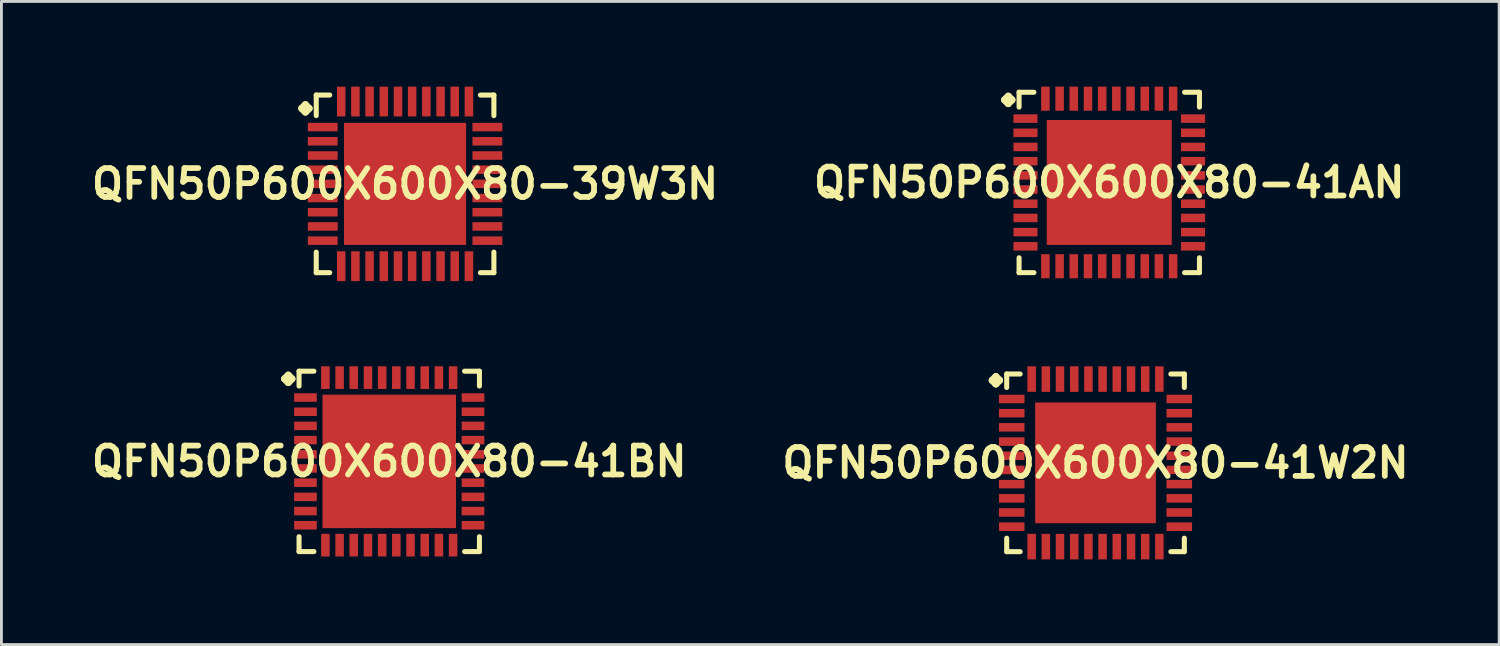
<source format=kicad_pcb>
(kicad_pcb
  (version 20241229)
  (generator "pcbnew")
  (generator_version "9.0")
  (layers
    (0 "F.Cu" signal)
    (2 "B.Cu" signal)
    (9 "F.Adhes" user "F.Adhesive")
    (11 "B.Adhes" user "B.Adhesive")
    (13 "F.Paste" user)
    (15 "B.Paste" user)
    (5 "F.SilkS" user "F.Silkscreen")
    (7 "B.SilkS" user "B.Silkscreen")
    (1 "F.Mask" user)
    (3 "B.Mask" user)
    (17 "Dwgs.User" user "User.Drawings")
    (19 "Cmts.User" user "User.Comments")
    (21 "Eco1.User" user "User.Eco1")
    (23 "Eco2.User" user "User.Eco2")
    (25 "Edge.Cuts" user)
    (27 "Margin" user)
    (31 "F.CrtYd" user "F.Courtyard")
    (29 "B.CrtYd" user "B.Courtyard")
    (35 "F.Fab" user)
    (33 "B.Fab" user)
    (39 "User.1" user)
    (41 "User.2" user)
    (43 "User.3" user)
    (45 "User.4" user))
  (footprint "QFN50P600X600X80-39W3N"
    (layer "F.Cu")
    (at 11.21 3.423)
    (property "Reference" "QFN50P600X600X80-39W3N" (at 0 0 0) (layer "F.SilkS") (effects (font (size 1.016 1.016) (thickness 0.203))))
    (attr smd)
    (fp_line (start -3.635 -2.657) (end -3.508 -2.784) (stroke (width 0.254) (type solid)) (layer "F.SilkS"))
    (fp_line (start -3.508 -2.784) (end -3.381 -2.657) (stroke (width 0.254) (type solid)) (layer "F.SilkS"))
    (fp_line (start -3.508 -2.53) (end -3.635 -2.657) (stroke (width 0.254) (type solid)) (layer "F.SilkS"))
    (fp_line (start -3.381 -2.657) (end -3.508 -2.53) (stroke (width 0.254) (type solid)) (layer "F.SilkS"))
    (fp_line (start -3.127 -3.127) (end -2.652 -3.127) (stroke (width 0.178) (type solid)) (layer "F.SilkS"))
    (fp_line (start -3.127 -2.403) (end -3.127 -3.127) (stroke (width 0.178) (type solid)) (layer "F.SilkS"))
    (fp_line (start -3.127 2.403) (end -3.127 3.127) (stroke (width 0.178) (type solid)) (layer "F.SilkS"))
    (fp_line (start -3.127 3.127) (end -2.652 3.127) (stroke (width 0.178) (type solid)) (layer "F.SilkS"))
    (fp_line (start 2.652 -3.127) (end 3.127 -3.127) (stroke (width 0.178) (type solid)) (layer "F.SilkS"))
    (fp_line (start 2.652 3.127) (end 3.127 3.127) (stroke (width 0.178) (type solid)) (layer "F.SilkS"))
    (fp_line (start 3.127 -3.127) (end 3.127 -2.403) (stroke (width 0.178) (type solid)) (layer "F.SilkS"))
    (fp_line (start 3.127 3.127) (end 3.127 2.403) (stroke (width 0.178) (type solid)) (layer "F.SilkS"))
    (pad "1" smd rect (at -2.898 -1.999) (size 1.049 0.3) (layers "F.Cu" "F.Mask" "F.Paste"))
    (pad "2" smd rect (at -2.898 -1.499) (size 1.049 0.3) (layers "F.Cu" "F.Mask" "F.Paste"))
    (pad "3" smd rect (at -2.898 -0.998) (size 1.049 0.3) (layers "F.Cu" "F.Mask" "F.Paste"))
    (pad "4" smd rect (at -2.898 -0.498) (size 1.049 0.3) (layers "F.Cu" "F.Mask" "F.Paste"))
    (pad "5" smd rect (at -2.898 0) (size 1.049 0.3) (layers "F.Cu" "F.Mask" "F.Paste"))
    (pad "6" smd rect (at -2.898 0.498) (size 1.049 0.3) (layers "F.Cu" "F.Mask" "F.Paste"))
    (pad "7" smd rect (at -2.898 0.998) (size 1.049 0.3) (layers "F.Cu" "F.Mask" "F.Paste"))
    (pad "8" smd rect (at -2.898 1.499) (size 1.049 0.3) (layers "F.Cu" "F.Mask" "F.Paste"))
    (pad "9" smd rect (at -2.898 1.999) (size 1.049 0.3) (layers "F.Cu" "F.Mask" "F.Paste"))
    (pad "10" smd rect (at -2.248 2.898) (size 0.3 1.049) (layers "F.Cu" "F.Mask" "F.Paste"))
    (pad "11" smd rect (at -1.748 2.898) (size 0.3 1.049) (layers "F.Cu" "F.Mask" "F.Paste"))
    (pad "12" smd rect (at -1.25 2.898) (size 0.3 1.049) (layers "F.Cu" "F.Mask" "F.Paste"))
    (pad "13" smd rect (at -0.749 2.898) (size 0.3 1.049) (layers "F.Cu" "F.Mask" "F.Paste"))
    (pad "14" smd rect (at -0.249 2.898) (size 0.3 1.049) (layers "F.Cu" "F.Mask" "F.Paste"))
    (pad "15" smd rect (at 0.249 2.898) (size 0.3 1.049) (layers "F.Cu" "F.Mask" "F.Paste"))
    (pad "16" smd rect (at 0.749 2.898) (size 0.3 1.049) (layers "F.Cu" "F.Mask" "F.Paste"))
    (pad "17" smd rect (at 1.25 2.898) (size 0.3 1.049) (layers "F.Cu" "F.Mask" "F.Paste"))
    (pad "18" smd rect (at 1.748 2.898) (size 0.3 1.049) (layers "F.Cu" "F.Mask" "F.Paste"))
    (pad "19" smd rect (at 2.248 2.898) (size 0.3 1.049) (layers "F.Cu" "F.Mask" "F.Paste"))
    (pad "20" smd rect (at 2.898 1.999) (size 1.049 0.3) (layers "F.Cu" "F.Mask" "F.Paste"))
    (pad "21" smd rect (at 2.898 1.499) (size 1.049 0.3) (layers "F.Cu" "F.Mask" "F.Paste"))
    (pad "22" smd rect (at 2.898 0.998) (size 1.049 0.3) (layers "F.Cu" "F.Mask" "F.Paste"))
    (pad "23" smd rect (at 2.898 0.498) (size 1.049 0.3) (layers "F.Cu" "F.Mask" "F.Paste"))
    (pad "24" smd rect (at 2.898 0) (size 1.049 0.3) (layers "F.Cu" "F.Mask" "F.Paste"))
    (pad "25" smd rect (at 2.898 -0.498) (size 1.049 0.3) (layers "F.Cu" "F.Mask" "F.Paste"))
    (pad "26" smd rect (at 2.898 -0.998) (size 1.049 0.3) (layers "F.Cu" "F.Mask" "F.Paste"))
    (pad "27" smd rect (at 2.898 -1.499) (size 1.049 0.3) (layers "F.Cu" "F.Mask" "F.Paste"))
    (pad "28" smd rect (at 2.898 -1.999) (size 1.049 0.3) (layers "F.Cu" "F.Mask" "F.Paste"))
    (pad "29" smd rect (at 2.248 -2.898) (size 0.3 1.049) (layers "F.Cu" "F.Mask" "F.Paste"))
    (pad "30" smd rect (at 1.748 -2.898) (size 0.3 1.049) (layers "F.Cu" "F.Mask" "F.Paste"))
    (pad "31" smd rect (at 1.25 -2.898) (size 0.3 1.049) (layers "F.Cu" "F.Mask" "F.Paste"))
    (pad "32" smd rect (at 0.749 -2.898) (size 0.3 1.049) (layers "F.Cu" "F.Mask" "F.Paste"))
    (pad "33" smd rect (at 0.249 -2.898) (size 0.3 1.049) (layers "F.Cu" "F.Mask" "F.Paste"))
    (pad "34" smd rect (at -0.249 -2.898) (size 0.3 1.049) (layers "F.Cu" "F.Mask" "F.Paste"))
    (pad "35" smd rect (at -0.749 -2.898) (size 0.3 1.049) (layers "F.Cu" "F.Mask" "F.Paste"))
    (pad "36" smd rect (at -1.25 -2.898) (size 0.3 1.049) (layers "F.Cu" "F.Mask" "F.Paste"))
    (pad "37" smd rect (at -1.748 -2.898) (size 0.3 1.049) (layers "F.Cu" "F.Mask" "F.Paste"))
    (pad "38" smd rect (at -2.248 -2.898) (size 0.3 1.049) (layers "F.Cu" "F.Mask" "F.Paste"))
    (pad "39" smd rect (at 0 0) (size 4.298 4.298) (layers "F.Cu" "F.Mask" "F.Paste")))
  (footprint "QFN50P600X600X80-41BN"
    (layer "F.Cu")
    (at 10.653 13.193)
    (property "Reference" "QFN50P600X600X80-41BN" (at 0 0 0) (layer "F.SilkS") (effects (font (size 1.016 1.016) (thickness 0.203))))
    (attr smd)
    (fp_line (start -3.683 -2.906) (end -3.556 -3.033) (stroke (width 0.254) (type solid)) (layer "F.SilkS"))
    (fp_line (start -3.556 -3.033) (end -3.429 -2.906) (stroke (width 0.254) (type solid)) (layer "F.SilkS"))
    (fp_line (start -3.556 -2.779) (end -3.683 -2.906) (stroke (width 0.254) (type solid)) (layer "F.SilkS"))
    (fp_line (start -3.429 -2.906) (end -3.556 -2.779) (stroke (width 0.254) (type solid)) (layer "F.SilkS"))
    (fp_line (start -3.175 -3.175) (end -2.652 -3.175) (stroke (width 0.178) (type solid)) (layer "F.SilkS"))
    (fp_line (start -3.175 -2.652) (end -3.175 -3.175) (stroke (width 0.178) (type solid)) (layer "F.SilkS"))
    (fp_line (start -3.175 2.652) (end -3.175 3.175) (stroke (width 0.178) (type solid)) (layer "F.SilkS"))
    (fp_line (start -3.175 3.175) (end -2.652 3.175) (stroke (width 0.178) (type solid)) (layer "F.SilkS"))
    (fp_line (start 2.652 -3.175) (end 3.175 -3.175) (stroke (width 0.178) (type solid)) (layer "F.SilkS"))
    (fp_line (start 2.652 3.175) (end 3.175 3.175) (stroke (width 0.178) (type solid)) (layer "F.SilkS"))
    (fp_line (start 3.175 -3.175) (end 3.175 -2.652) (stroke (width 0.178) (type solid)) (layer "F.SilkS"))
    (fp_line (start 3.175 3.175) (end 3.175 2.652) (stroke (width 0.178) (type solid)) (layer "F.SilkS"))
    (pad "1" smd rect (at -2.949 -2.248) (size 0.798 0.3) (layers "F.Cu" "F.Mask" "F.Paste"))
    (pad "2" smd rect (at -2.949 -1.748) (size 0.798 0.3) (layers "F.Cu" "F.Mask" "F.Paste"))
    (pad "3" smd rect (at -2.949 -1.25) (size 0.798 0.3) (layers "F.Cu" "F.Mask" "F.Paste"))
    (pad "4" smd rect (at -2.949 -0.749) (size 0.798 0.3) (layers "F.Cu" "F.Mask" "F.Paste"))
    (pad "5" smd rect (at -2.949 -0.249) (size 0.798 0.3) (layers "F.Cu" "F.Mask" "F.Paste"))
    (pad "6" smd rect (at -2.949 0.249) (size 0.798 0.3) (layers "F.Cu" "F.Mask" "F.Paste"))
    (pad "7" smd rect (at -2.949 0.749) (size 0.798 0.3) (layers "F.Cu" "F.Mask" "F.Paste"))
    (pad "8" smd rect (at -2.949 1.25) (size 0.798 0.3) (layers "F.Cu" "F.Mask" "F.Paste"))
    (pad "9" smd rect (at -2.949 1.748) (size 0.798 0.3) (layers "F.Cu" "F.Mask" "F.Paste"))
    (pad "10" smd rect (at -2.949 2.248) (size 0.798 0.3) (layers "F.Cu" "F.Mask" "F.Paste"))
    (pad "11" smd rect (at -2.248 2.949) (size 0.3 0.798) (layers "F.Cu" "F.Mask" "F.Paste"))
    (pad "12" smd rect (at -1.748 2.949) (size 0.3 0.798) (layers "F.Cu" "F.Mask" "F.Paste"))
    (pad "13" smd rect (at -1.25 2.949) (size 0.3 0.798) (layers "F.Cu" "F.Mask" "F.Paste"))
    (pad "14" smd rect (at -0.749 2.949) (size 0.3 0.798) (layers "F.Cu" "F.Mask" "F.Paste"))
    (pad "15" smd rect (at -0.249 2.949) (size 0.3 0.798) (layers "F.Cu" "F.Mask" "F.Paste"))
    (pad "16" smd rect (at 0.249 2.949) (size 0.3 0.798) (layers "F.Cu" "F.Mask" "F.Paste"))
    (pad "17" smd rect (at 0.749 2.949) (size 0.3 0.798) (layers "F.Cu" "F.Mask" "F.Paste"))
    (pad "18" smd rect (at 1.25 2.949) (size 0.3 0.798) (layers "F.Cu" "F.Mask" "F.Paste"))
    (pad "19" smd rect (at 1.748 2.949) (size 0.3 0.798) (layers "F.Cu" "F.Mask" "F.Paste"))
    (pad "20" smd rect (at 2.248 2.949) (size 0.3 0.798) (layers "F.Cu" "F.Mask" "F.Paste"))
    (pad "21" smd rect (at 2.949 2.248) (size 0.798 0.3) (layers "F.Cu" "F.Mask" "F.Paste"))
    (pad "22" smd rect (at 2.949 1.748) (size 0.798 0.3) (layers "F.Cu" "F.Mask" "F.Paste"))
    (pad "23" smd rect (at 2.949 1.25) (size 0.798 0.3) (layers "F.Cu" "F.Mask" "F.Paste"))
    (pad "24" smd rect (at 2.949 0.749) (size 0.798 0.3) (layers "F.Cu" "F.Mask" "F.Paste"))
    (pad "25" smd rect (at 2.949 0.249) (size 0.798 0.3) (layers "F.Cu" "F.Mask" "F.Paste"))
    (pad "26" smd rect (at 2.949 -0.249) (size 0.798 0.3) (layers "F.Cu" "F.Mask" "F.Paste"))
    (pad "27" smd rect (at 2.949 -0.749) (size 0.798 0.3) (layers "F.Cu" "F.Mask" "F.Paste"))
    (pad "28" smd rect (at 2.949 -1.25) (size 0.798 0.3) (layers "F.Cu" "F.Mask" "F.Paste"))
    (pad "29" smd rect (at 2.949 -1.748) (size 0.798 0.3) (layers "F.Cu" "F.Mask" "F.Paste"))
    (pad "30" smd rect (at 2.949 -2.248) (size 0.798 0.3) (layers "F.Cu" "F.Mask" "F.Paste"))
    (pad "31" smd rect (at 2.248 -2.949) (size 0.3 0.798) (layers "F.Cu" "F.Mask" "F.Paste"))
    (pad "32" smd rect (at 1.748 -2.949) (size 0.3 0.798) (layers "F.Cu" "F.Mask" "F.Paste"))
    (pad "33" smd rect (at 1.25 -2.949) (size 0.3 0.798) (layers "F.Cu" "F.Mask" "F.Paste"))
    (pad "34" smd rect (at 0.749 -2.949) (size 0.3 0.798) (layers "F.Cu" "F.Mask" "F.Paste"))
    (pad "35" smd rect (at 0.249 -2.949) (size 0.3 0.798) (layers "F.Cu" "F.Mask" "F.Paste"))
    (pad "36" smd rect (at -0.249 -2.949) (size 0.3 0.798) (layers "F.Cu" "F.Mask" "F.Paste"))
    (pad "37" smd rect (at -0.749 -2.949) (size 0.3 0.798) (layers "F.Cu" "F.Mask" "F.Paste"))
    (pad "38" smd rect (at -1.25 -2.949) (size 0.3 0.798) (layers "F.Cu" "F.Mask" "F.Paste"))
    (pad "39" smd rect (at -1.748 -2.949) (size 0.3 0.798) (layers "F.Cu" "F.Mask" "F.Paste"))
    (pad "40" smd rect (at -2.248 -2.949) (size 0.3 0.798) (layers "F.Cu" "F.Mask" "F.Paste"))
    (pad "41" smd rect (at 0 0) (size 4.699 4.699) (layers "F.Cu" "F.Mask" "F.Paste")))
  (footprint "QFN50P600X600X80-41W2N"
    (layer "F.Cu")
    (at 35.517 13.244)
    (property "Reference" "QFN50P600X600X80-41W2N" (at 0 0 0) (layer "F.SilkS") (effects (font (size 1.016 1.016) (thickness 0.203))))
    (attr smd)
    (fp_line (start -3.635 -2.906) (end -3.508 -3.033) (stroke (width 0.254) (type solid)) (layer "F.SilkS"))
    (fp_line (start -3.508 -3.033) (end -3.381 -2.906) (stroke (width 0.254) (type solid)) (layer "F.SilkS"))
    (fp_line (start -3.508 -2.779) (end -3.635 -2.906) (stroke (width 0.254) (type solid)) (layer "F.SilkS"))
    (fp_line (start -3.381 -2.906) (end -3.508 -2.779) (stroke (width 0.254) (type solid)) (layer "F.SilkS"))
    (fp_line (start -3.127 -3.127) (end -2.652 -3.127) (stroke (width 0.178) (type solid)) (layer "F.SilkS"))
    (fp_line (start -3.127 -2.652) (end -3.127 -3.127) (stroke (width 0.178) (type solid)) (layer "F.SilkS"))
    (fp_line (start -3.127 2.652) (end -3.127 3.127) (stroke (width 0.178) (type solid)) (layer "F.SilkS"))
    (fp_line (start -3.127 3.127) (end -2.652 3.127) (stroke (width 0.178) (type solid)) (layer "F.SilkS"))
    (fp_line (start 2.652 -3.127) (end 3.127 -3.127) (stroke (width 0.178) (type solid)) (layer "F.SilkS"))
    (fp_line (start 2.652 3.127) (end 3.127 3.127) (stroke (width 0.178) (type solid)) (layer "F.SilkS"))
    (fp_line (start 3.127 -3.127) (end 3.127 -2.652) (stroke (width 0.178) (type solid)) (layer "F.SilkS"))
    (fp_line (start 3.127 3.127) (end 3.127 2.652) (stroke (width 0.178) (type solid)) (layer "F.SilkS"))
    (pad "1" smd rect (at -2.949 -2.248) (size 0.899 0.3) (layers "F.Cu" "F.Mask" "F.Paste"))
    (pad "2" smd rect (at -2.949 -1.748) (size 0.899 0.3) (layers "F.Cu" "F.Mask" "F.Paste"))
    (pad "3" smd rect (at -2.949 -1.25) (size 0.899 0.3) (layers "F.Cu" "F.Mask" "F.Paste"))
    (pad "4" smd rect (at -2.949 -0.749) (size 0.899 0.3) (layers "F.Cu" "F.Mask" "F.Paste"))
    (pad "5" smd rect (at -2.949 -0.249) (size 0.899 0.3) (layers "F.Cu" "F.Mask" "F.Paste"))
    (pad "6" smd rect (at -2.949 0.249) (size 0.899 0.3) (layers "F.Cu" "F.Mask" "F.Paste"))
    (pad "7" smd rect (at -2.949 0.749) (size 0.899 0.3) (layers "F.Cu" "F.Mask" "F.Paste"))
    (pad "8" smd rect (at -2.949 1.25) (size 0.899 0.3) (layers "F.Cu" "F.Mask" "F.Paste"))
    (pad "9" smd rect (at -2.949 1.748) (size 0.899 0.3) (layers "F.Cu" "F.Mask" "F.Paste"))
    (pad "10" smd rect (at -2.949 2.248) (size 0.899 0.3) (layers "F.Cu" "F.Mask" "F.Paste"))
    (pad "11" smd rect (at -2.248 2.949) (size 0.3 0.899) (layers "F.Cu" "F.Mask" "F.Paste"))
    (pad "12" smd rect (at -1.748 2.949) (size 0.3 0.899) (layers "F.Cu" "F.Mask" "F.Paste"))
    (pad "13" smd rect (at -1.25 2.949) (size 0.3 0.899) (layers "F.Cu" "F.Mask" "F.Paste"))
    (pad "14" smd rect (at -0.749 2.949) (size 0.3 0.899) (layers "F.Cu" "F.Mask" "F.Paste"))
    (pad "15" smd rect (at -0.249 2.949) (size 0.3 0.899) (layers "F.Cu" "F.Mask" "F.Paste"))
    (pad "16" smd rect (at 0.249 2.949) (size 0.3 0.899) (layers "F.Cu" "F.Mask" "F.Paste"))
    (pad "17" smd rect (at 0.749 2.949) (size 0.3 0.899) (layers "F.Cu" "F.Mask" "F.Paste"))
    (pad "18" smd rect (at 1.25 2.949) (size 0.3 0.899) (layers "F.Cu" "F.Mask" "F.Paste"))
    (pad "19" smd rect (at 1.748 2.949) (size 0.3 0.899) (layers "F.Cu" "F.Mask" "F.Paste"))
    (pad "20" smd rect (at 2.248 2.949) (size 0.3 0.899) (layers "F.Cu" "F.Mask" "F.Paste"))
    (pad "21" smd rect (at 2.949 2.248) (size 0.899 0.3) (layers "F.Cu" "F.Mask" "F.Paste"))
    (pad "22" smd rect (at 2.949 1.748) (size 0.899 0.3) (layers "F.Cu" "F.Mask" "F.Paste"))
    (pad "23" smd rect (at 2.949 1.25) (size 0.899 0.3) (layers "F.Cu" "F.Mask" "F.Paste"))
    (pad "24" smd rect (at 2.949 0.749) (size 0.899 0.3) (layers "F.Cu" "F.Mask" "F.Paste"))
    (pad "25" smd rect (at 2.949 0.249) (size 0.899 0.3) (layers "F.Cu" "F.Mask" "F.Paste"))
    (pad "26" smd rect (at 2.949 -0.249) (size 0.899 0.3) (layers "F.Cu" "F.Mask" "F.Paste"))
    (pad "27" smd rect (at 2.949 -0.749) (size 0.899 0.3) (layers "F.Cu" "F.Mask" "F.Paste"))
    (pad "28" smd rect (at 2.949 -1.25) (size 0.899 0.3) (layers "F.Cu" "F.Mask" "F.Paste"))
    (pad "29" smd rect (at 2.949 -1.748) (size 0.899 0.3) (layers "F.Cu" "F.Mask" "F.Paste"))
    (pad "30" smd rect (at 2.949 -2.248) (size 0.899 0.3) (layers "F.Cu" "F.Mask" "F.Paste"))
    (pad "31" smd rect (at 2.248 -2.949) (size 0.3 0.899) (layers "F.Cu" "F.Mask" "F.Paste"))
    (pad "32" smd rect (at 1.748 -2.949) (size 0.3 0.899) (layers "F.Cu" "F.Mask" "F.Paste"))
    (pad "33" smd rect (at 1.25 -2.949) (size 0.3 0.899) (layers "F.Cu" "F.Mask" "F.Paste"))
    (pad "34" smd rect (at 0.749 -2.949) (size 0.3 0.899) (layers "F.Cu" "F.Mask" "F.Paste"))
    (pad "35" smd rect (at 0.249 -2.949) (size 0.3 0.899) (layers "F.Cu" "F.Mask" "F.Paste"))
    (pad "36" smd rect (at -0.249 -2.949) (size 0.3 0.899) (layers "F.Cu" "F.Mask" "F.Paste"))
    (pad "37" smd rect (at -0.749 -2.949) (size 0.3 0.899) (layers "F.Cu" "F.Mask" "F.Paste"))
    (pad "38" smd rect (at -1.25 -2.949) (size 0.3 0.899) (layers "F.Cu" "F.Mask" "F.Paste"))
    (pad "39" smd rect (at -1.748 -2.949) (size 0.3 0.899) (layers "F.Cu" "F.Mask" "F.Paste"))
    (pad "40" smd rect (at -2.248 -2.949) (size 0.3 0.899) (layers "F.Cu" "F.Mask" "F.Paste"))
    (pad "41" smd rect (at 0 0) (size 4.249 4.249) (layers "F.Cu" "F.Mask" "F.Paste")))
  (footprint "QFN50P600X600X80-41AN"
    (layer "F.Cu")
    (at 36.001 3.373)
    (property "Reference" "QFN50P600X600X80-41AN" (at 0 0 0) (layer "F.SilkS") (effects (font (size 1.016 1.016) (thickness 0.203))))
    (attr smd)
    (fp_line (start -3.683 -2.906) (end -3.556 -3.033) (stroke (width 0.254) (type solid)) (layer "F.SilkS"))
    (fp_line (start -3.556 -3.033) (end -3.429 -2.906) (stroke (width 0.254) (type solid)) (layer "F.SilkS"))
    (fp_line (start -3.556 -2.779) (end -3.683 -2.906) (stroke (width 0.254) (type solid)) (layer "F.SilkS"))
    (fp_line (start -3.429 -2.906) (end -3.556 -2.779) (stroke (width 0.254) (type solid)) (layer "F.SilkS"))
    (fp_line (start -3.175 -3.175) (end -2.652 -3.175) (stroke (width 0.178) (type solid)) (layer "F.SilkS"))
    (fp_line (start -3.175 -2.652) (end -3.175 -3.175) (stroke (width 0.178) (type solid)) (layer "F.SilkS"))
    (fp_line (start -3.175 2.652) (end -3.175 3.175) (stroke (width 0.178) (type solid)) (layer "F.SilkS"))
    (fp_line (start -3.175 3.175) (end -2.652 3.175) (stroke (width 0.178) (type solid)) (layer "F.SilkS"))
    (fp_line (start 2.652 -3.175) (end 3.175 -3.175) (stroke (width 0.178) (type solid)) (layer "F.SilkS"))
    (fp_line (start 2.652 3.175) (end 3.175 3.175) (stroke (width 0.178) (type solid)) (layer "F.SilkS"))
    (fp_line (start 3.175 -3.175) (end 3.175 -2.652) (stroke (width 0.178) (type solid)) (layer "F.SilkS"))
    (fp_line (start 3.175 3.175) (end 3.175 2.652) (stroke (width 0.178) (type solid)) (layer "F.SilkS"))
    (pad "1" smd rect (at -2.949 -2.248) (size 0.848 0.3) (layers "F.Cu" "F.Mask" "F.Paste"))
    (pad "2" smd rect (at -2.949 -1.748) (size 0.848 0.3) (layers "F.Cu" "F.Mask" "F.Paste"))
    (pad "3" smd rect (at -2.949 -1.25) (size 0.848 0.3) (layers "F.Cu" "F.Mask" "F.Paste"))
    (pad "4" smd rect (at -2.949 -0.749) (size 0.848 0.3) (layers "F.Cu" "F.Mask" "F.Paste"))
    (pad "5" smd rect (at -2.949 -0.249) (size 0.848 0.3) (layers "F.Cu" "F.Mask" "F.Paste"))
    (pad "6" smd rect (at -2.949 0.249) (size 0.848 0.3) (layers "F.Cu" "F.Mask" "F.Paste"))
    (pad "7" smd rect (at -2.949 0.749) (size 0.848 0.3) (layers "F.Cu" "F.Mask" "F.Paste"))
    (pad "8" smd rect (at -2.949 1.25) (size 0.848 0.3) (layers "F.Cu" "F.Mask" "F.Paste"))
    (pad "9" smd rect (at -2.949 1.748) (size 0.848 0.3) (layers "F.Cu" "F.Mask" "F.Paste"))
    (pad "10" smd rect (at -2.949 2.248) (size 0.848 0.3) (layers "F.Cu" "F.Mask" "F.Paste"))
    (pad "11" smd rect (at -2.248 2.949) (size 0.3 0.848) (layers "F.Cu" "F.Mask" "F.Paste"))
    (pad "12" smd rect (at -1.748 2.949) (size 0.3 0.848) (layers "F.Cu" "F.Mask" "F.Paste"))
    (pad "13" smd rect (at -1.25 2.949) (size 0.3 0.848) (layers "F.Cu" "F.Mask" "F.Paste"))
    (pad "14" smd rect (at -0.749 2.949) (size 0.3 0.848) (layers "F.Cu" "F.Mask" "F.Paste"))
    (pad "15" smd rect (at -0.249 2.949) (size 0.3 0.848) (layers "F.Cu" "F.Mask" "F.Paste"))
    (pad "16" smd rect (at 0.249 2.949) (size 0.3 0.848) (layers "F.Cu" "F.Mask" "F.Paste"))
    (pad "17" smd rect (at 0.749 2.949) (size 0.3 0.848) (layers "F.Cu" "F.Mask" "F.Paste"))
    (pad "18" smd rect (at 1.25 2.949) (size 0.3 0.848) (layers "F.Cu" "F.Mask" "F.Paste"))
    (pad "19" smd rect (at 1.748 2.949) (size 0.3 0.848) (layers "F.Cu" "F.Mask" "F.Paste"))
    (pad "20" smd rect (at 2.248 2.949) (size 0.3 0.848) (layers "F.Cu" "F.Mask" "F.Paste"))
    (pad "21" smd rect (at 2.949 2.248) (size 0.848 0.3) (layers "F.Cu" "F.Mask" "F.Paste"))
    (pad "22" smd rect (at 2.949 1.748) (size 0.848 0.3) (layers "F.Cu" "F.Mask" "F.Paste"))
    (pad "23" smd rect (at 2.949 1.25) (size 0.848 0.3) (layers "F.Cu" "F.Mask" "F.Paste"))
    (pad "24" smd rect (at 2.949 0.749) (size 0.848 0.3) (layers "F.Cu" "F.Mask" "F.Paste"))
    (pad "25" smd rect (at 2.949 0.249) (size 0.848 0.3) (layers "F.Cu" "F.Mask" "F.Paste"))
    (pad "26" smd rect (at 2.949 -0.249) (size 0.848 0.3) (layers "F.Cu" "F.Mask" "F.Paste"))
    (pad "27" smd rect (at 2.949 -0.749) (size 0.848 0.3) (layers "F.Cu" "F.Mask" "F.Paste"))
    (pad "28" smd rect (at 2.949 -1.25) (size 0.848 0.3) (layers "F.Cu" "F.Mask" "F.Paste"))
    (pad "29" smd rect (at 2.949 -1.748) (size 0.848 0.3) (layers "F.Cu" "F.Mask" "F.Paste"))
    (pad "30" smd rect (at 2.949 -2.248) (size 0.848 0.3) (layers "F.Cu" "F.Mask" "F.Paste"))
    (pad "31" smd rect (at 2.248 -2.949) (size 0.3 0.848) (layers "F.Cu" "F.Mask" "F.Paste"))
    (pad "32" smd rect (at 1.748 -2.949) (size 0.3 0.848) (layers "F.Cu" "F.Mask" "F.Paste"))
    (pad "33" smd rect (at 1.25 -2.949) (size 0.3 0.848) (layers "F.Cu" "F.Mask" "F.Paste"))
    (pad "34" smd rect (at 0.749 -2.949) (size 0.3 0.848) (layers "F.Cu" "F.Mask" "F.Paste"))
    (pad "35" smd rect (at 0.249 -2.949) (size 0.3 0.848) (layers "F.Cu" "F.Mask" "F.Paste"))
    (pad "36" smd rect (at -0.249 -2.949) (size 0.3 0.848) (layers "F.Cu" "F.Mask" "F.Paste"))
    (pad "37" smd rect (at -0.749 -2.949) (size 0.3 0.848) (layers "F.Cu" "F.Mask" "F.Paste"))
    (pad "38" smd rect (at -1.25 -2.949) (size 0.3 0.848) (layers "F.Cu" "F.Mask" "F.Paste"))
    (pad "39" smd rect (at -1.748 -2.949) (size 0.3 0.848) (layers "F.Cu" "F.Mask" "F.Paste"))
    (pad "40" smd rect (at -2.248 -2.949) (size 0.3 0.848) (layers "F.Cu" "F.Mask" "F.Paste"))
    (pad "41" smd rect (at 0 0) (size 4.399 4.399) (layers "F.Cu" "F.Mask" "F.Paste")))
  (gr_rect
    (start -3 -3)
    (end 49.727 19.642)
    (stroke (width 0.1) (type default))
    (fill no)
    (layer "Edge.Cuts")))
</source>
